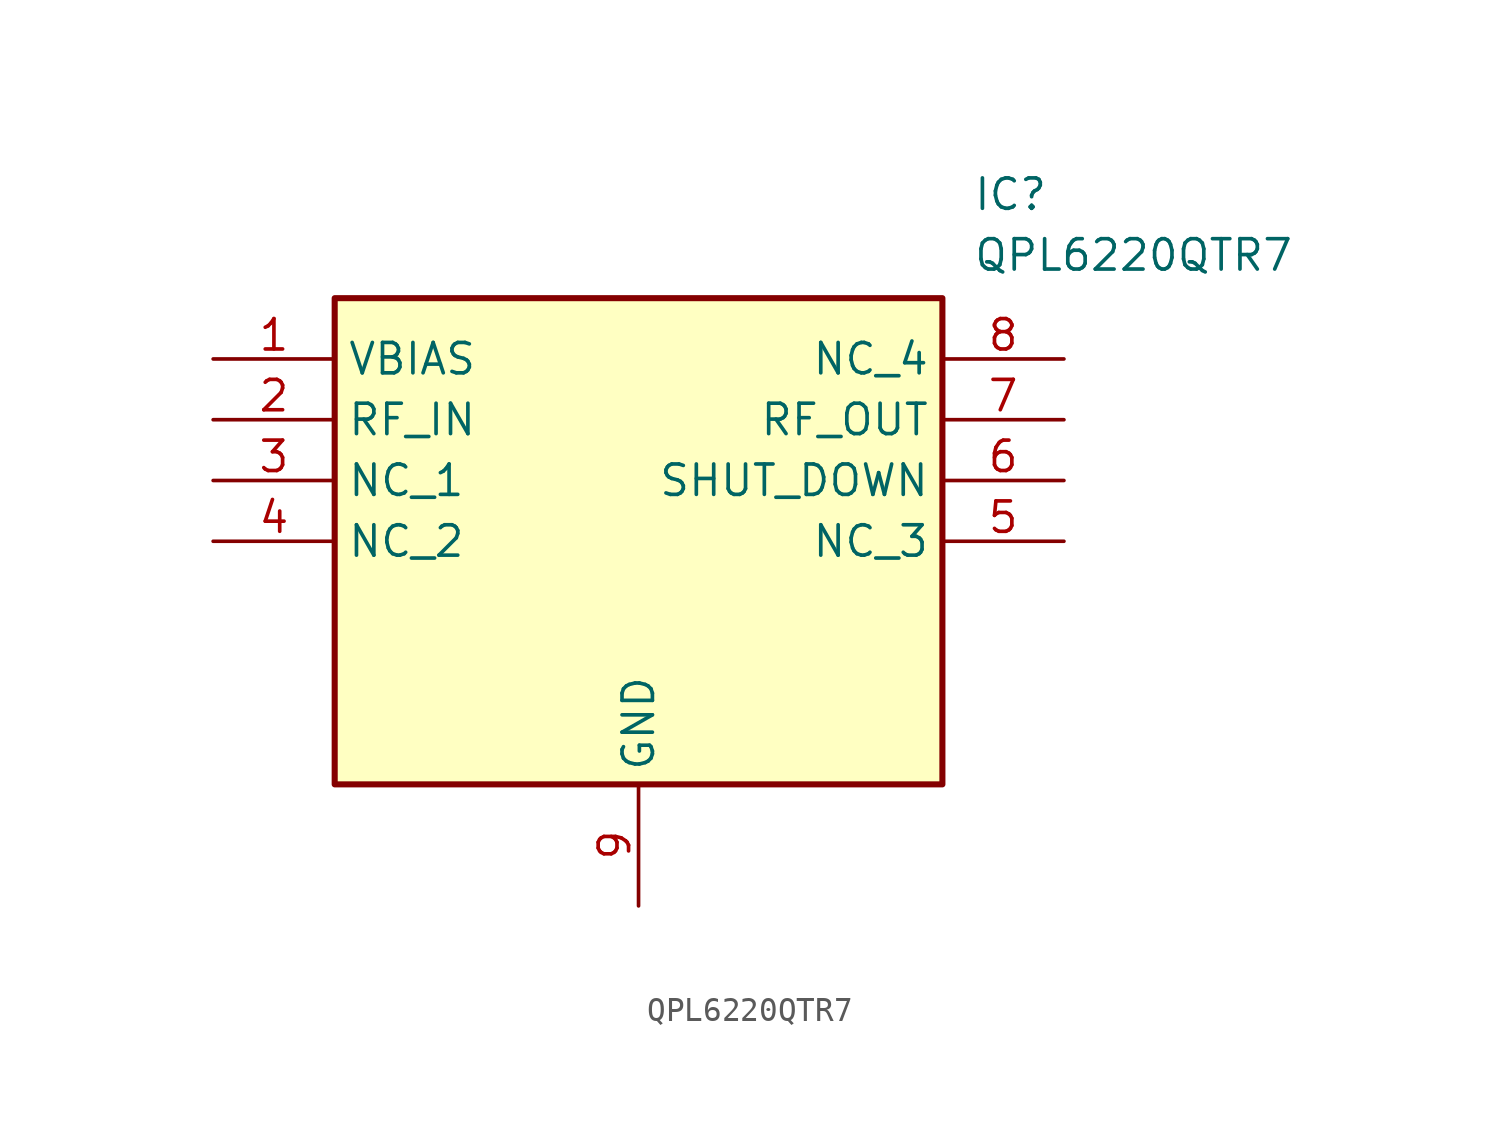
<source format=kicad_sym>
(kicad_symbol_lib
  (version 20211014)
  (generator SamacSys_ECAD_Model)
  (symbol "QPL6220QTR7"
    (property "Reference" "IC"
      (at 31.75 7.62 0)
      (effects (font (size 1.27 1.27)) (justify left top)))
    (property "Value" "QPL6220QTR7"
      (at 31.75 5.08 0)
      (effects (font (size 1.27 1.27)) (justify left top)))
    (rectangle
      (start 5.08 2.54)
      (end 30.48 -17.78)
      (stroke (width 0.254) (type default))
      (fill (type background)))
    (pin passive line
      (at 0 0 0)
      (length 5.08)
      (name "VBIAS" (effects (font (size 1.27 1.27))))
      (number "1" (effects (font (size 1.27 1.27)))))
    (pin passive line
      (at 0 -2.54 0)
      (length 5.08)
      (name "RF_IN" (effects (font (size 1.27 1.27))))
      (number "2" (effects (font (size 1.27 1.27)))))
    (pin passive line
      (at 0 -5.08 0)
      (length 5.08)
      (name "NC_1" (effects (font (size 1.27 1.27))))
      (number "3" (effects (font (size 1.27 1.27)))))
    (pin passive line
      (at 0 -7.62 0)
      (length 5.08)
      (name "NC_2" (effects (font (size 1.27 1.27))))
      (number "4" (effects (font (size 1.27 1.27)))))
    (pin passive line
      (at 17.78 -22.86 90)
      (length 5.08)
      (name "GND" (effects (font (size 1.27 1.27))))
      (number "9" (effects (font (size 1.27 1.27)))))
    (pin passive line
      (at 35.56 0 180)
      (length 5.08)
      (name "NC_4" (effects (font (size 1.27 1.27))))
      (number "8" (effects (font (size 1.27 1.27)))))
    (pin passive line
      (at 35.56 -2.54 180)
      (length 5.08)
      (name "RF_OUT" (effects (font (size 1.27 1.27))))
      (number "7" (effects (font (size 1.27 1.27)))))
    (pin passive line
      (at 35.56 -5.08 180)
      (length 5.08)
      (name "SHUT_DOWN" (effects (font (size 1.27 1.27))))
      (number "6" (effects (font (size 1.27 1.27)))))
    (pin passive line
      (at 35.56 -7.62 180)
      (length 5.08)
      (name "NC_3" (effects (font (size 1.27 1.27))))
      (number "5" (effects (font (size 1.27 1.27)))))))
</source>
